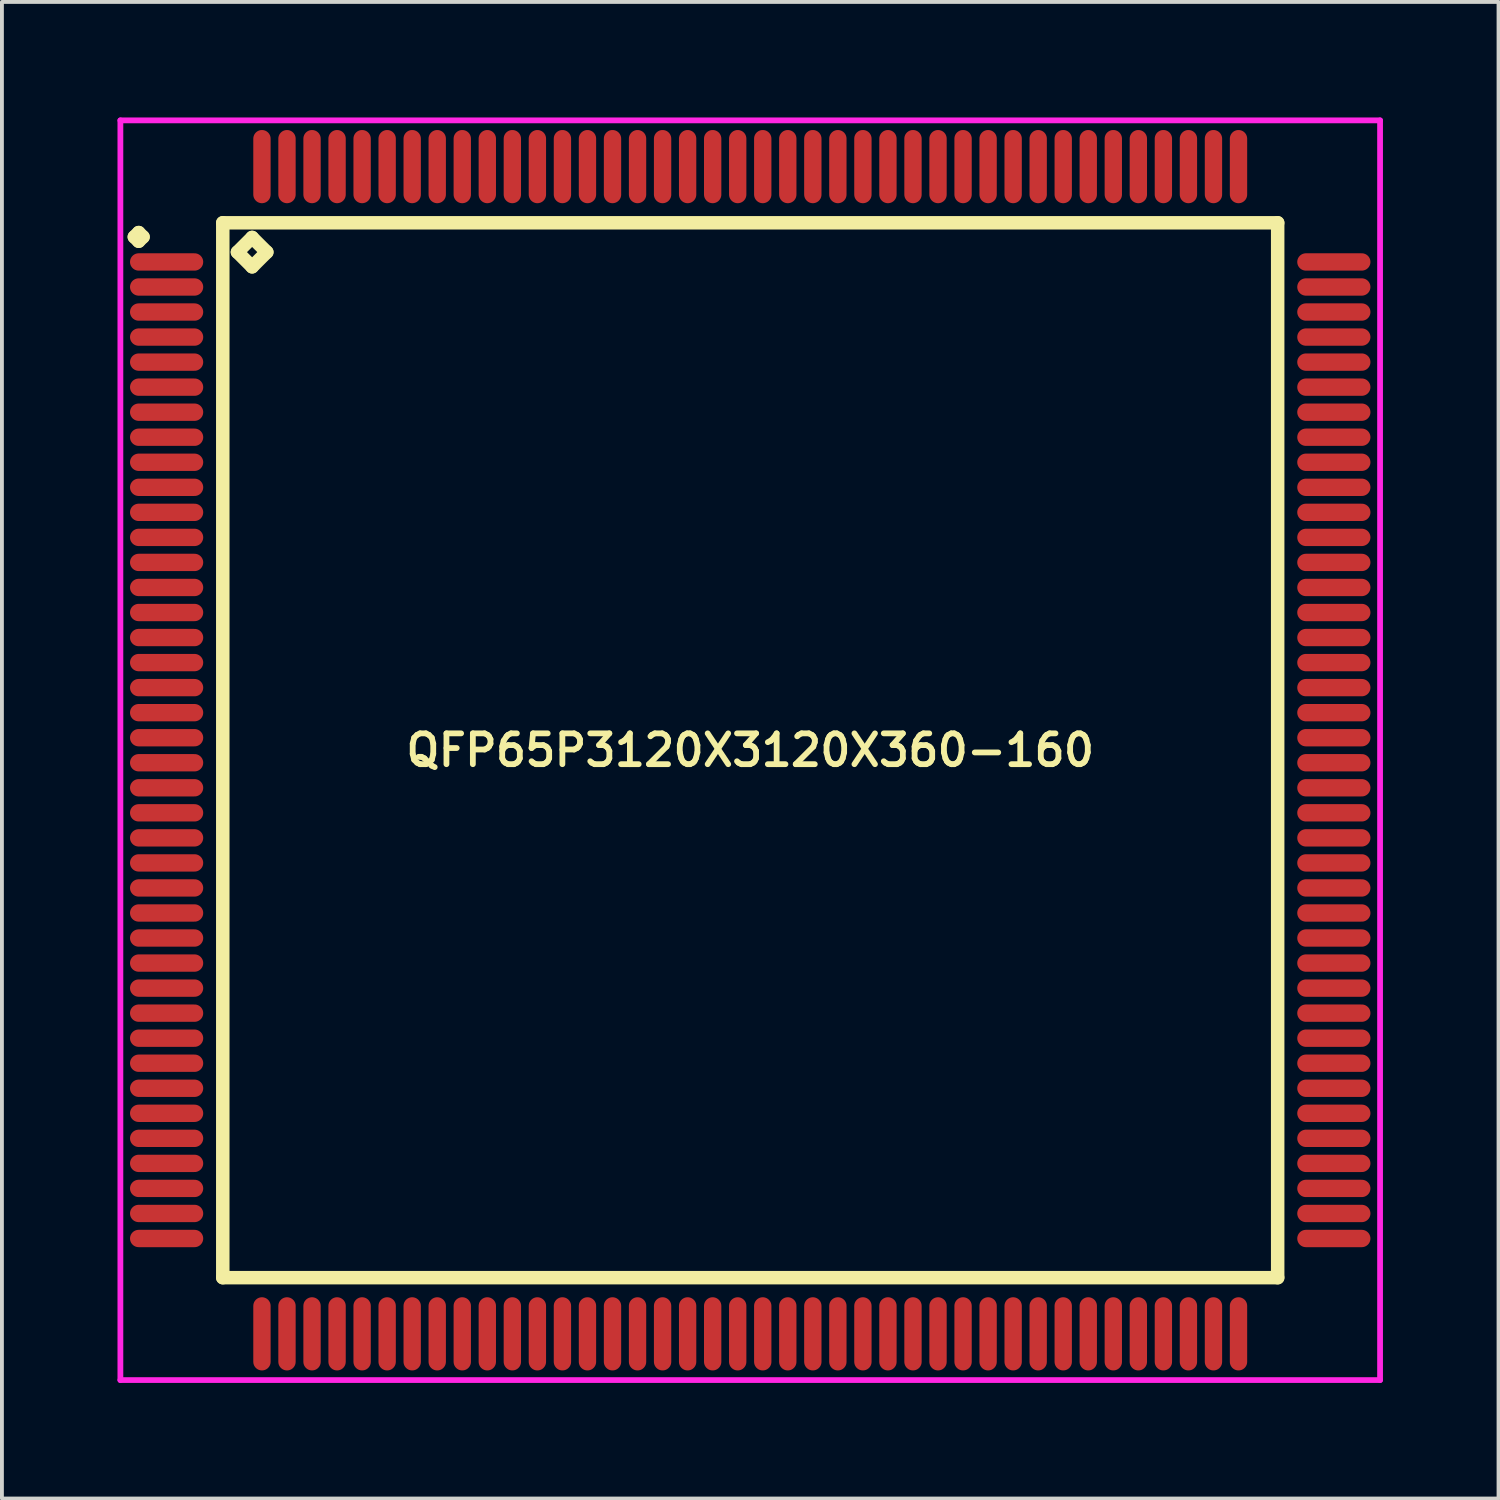
<source format=kicad_pcb>
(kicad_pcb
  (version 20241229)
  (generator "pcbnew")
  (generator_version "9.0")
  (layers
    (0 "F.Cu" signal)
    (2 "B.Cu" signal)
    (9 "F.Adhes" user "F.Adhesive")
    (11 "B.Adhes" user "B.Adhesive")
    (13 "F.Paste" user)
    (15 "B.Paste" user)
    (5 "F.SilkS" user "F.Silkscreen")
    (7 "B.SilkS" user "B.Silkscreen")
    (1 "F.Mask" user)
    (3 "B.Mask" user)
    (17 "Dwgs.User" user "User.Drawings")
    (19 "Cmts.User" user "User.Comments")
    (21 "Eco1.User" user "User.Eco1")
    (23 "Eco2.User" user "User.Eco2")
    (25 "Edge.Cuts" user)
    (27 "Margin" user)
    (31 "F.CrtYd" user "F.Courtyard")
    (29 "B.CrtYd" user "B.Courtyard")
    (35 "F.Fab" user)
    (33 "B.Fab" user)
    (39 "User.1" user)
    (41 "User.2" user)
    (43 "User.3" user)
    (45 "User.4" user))
  (footprint "QFP65P3120X3120X360-160"
    (layer "F.Cu")
    (at 16.425 16.425)
    (property "Reference" "QFP65P3120X3120X360-160" (at 0 0 0) (layer "F.SilkS") (effects (font (size 0.8 0.8) (thickness 0.15))))
    (attr smd)
    (fp_line (start -15.988 -13.325) (end -15.875 -13.438) (stroke (width 0.35) (type solid)) (layer "F.SilkS"))
    (fp_line (start -15.875 -13.438) (end -15.762 -13.325) (stroke (width 0.35) (type solid)) (layer "F.SilkS"))
    (fp_line (start -15.875 -13.213) (end -15.988 -13.325) (stroke (width 0.35) (type solid)) (layer "F.SilkS"))
    (fp_line (start -15.762 -13.325) (end -15.875 -13.213) (stroke (width 0.35) (type solid)) (layer "F.SilkS"))
    (fp_line (start -13.692 -13.692) (end -13.692 13.692) (stroke (width 0.35) (type solid)) (layer "F.SilkS"))
    (fp_line (start -13.692 13.692) (end 13.692 13.692) (stroke (width 0.35) (type solid)) (layer "F.SilkS"))
    (fp_line (start -13.311 -12.93) (end -12.93 -13.311) (stroke (width 0.35) (type solid)) (layer "F.SilkS"))
    (fp_line (start -12.93 -13.311) (end -12.549 -12.93) (stroke (width 0.35) (type solid)) (layer "F.SilkS"))
    (fp_line (start -12.93 -12.549) (end -13.311 -12.93) (stroke (width 0.35) (type solid)) (layer "F.SilkS"))
    (fp_line (start -12.549 -12.93) (end -12.93 -12.549) (stroke (width 0.35) (type solid)) (layer "F.SilkS"))
    (fp_line (start 13.692 -13.692) (end -13.692 -13.692) (stroke (width 0.35) (type solid)) (layer "F.SilkS"))
    (fp_line (start 13.692 13.692) (end 13.692 -13.692) (stroke (width 0.35) (type solid)) (layer "F.SilkS"))
    (fp_line (start -16.35 -16.35) (end 16.35 -16.35) (stroke (width 0.15) (type solid)) (layer "F.CrtYd"))
    (fp_line (start -16.35 16.35) (end -16.35 -16.35) (stroke (width 0.15) (type solid)) (layer "F.CrtYd"))
    (fp_line (start 16.35 -16.35) (end 16.35 16.35) (stroke (width 0.15) (type solid)) (layer "F.CrtYd"))
    (fp_line (start 16.35 16.35) (end -16.35 16.35) (stroke (width 0.15) (type solid)) (layer "F.CrtYd"))
    (pad "1" smd oval (at -15.15 -12.675) (size 1.9 0.45) (layers "F.Cu" "F.Mask" "F.Paste"))
    (pad "2" smd oval (at -15.15 -12.025) (size 1.9 0.45) (layers "F.Cu" "F.Mask" "F.Paste"))
    (pad "3" smd oval (at -15.15 -11.375) (size 1.9 0.45) (layers "F.Cu" "F.Mask" "F.Paste"))
    (pad "4" smd oval (at -15.15 -10.725) (size 1.9 0.45) (layers "F.Cu" "F.Mask" "F.Paste"))
    (pad "5" smd oval (at -15.15 -10.075) (size 1.9 0.45) (layers "F.Cu" "F.Mask" "F.Paste"))
    (pad "6" smd oval (at -15.15 -9.425) (size 1.9 0.45) (layers "F.Cu" "F.Mask" "F.Paste"))
    (pad "7" smd oval (at -15.15 -8.775) (size 1.9 0.45) (layers "F.Cu" "F.Mask" "F.Paste"))
    (pad "8" smd oval (at -15.15 -8.125) (size 1.9 0.45) (layers "F.Cu" "F.Mask" "F.Paste"))
    (pad "9" smd oval (at -15.15 -7.475) (size 1.9 0.45) (layers "F.Cu" "F.Mask" "F.Paste"))
    (pad "10" smd oval (at -15.15 -6.825) (size 1.9 0.45) (layers "F.Cu" "F.Mask" "F.Paste"))
    (pad "11" smd oval (at -15.15 -6.175) (size 1.9 0.45) (layers "F.Cu" "F.Mask" "F.Paste"))
    (pad "12" smd oval (at -15.15 -5.525) (size 1.9 0.45) (layers "F.Cu" "F.Mask" "F.Paste"))
    (pad "13" smd oval (at -15.15 -4.875) (size 1.9 0.45) (layers "F.Cu" "F.Mask" "F.Paste"))
    (pad "14" smd oval (at -15.15 -4.225) (size 1.9 0.45) (layers "F.Cu" "F.Mask" "F.Paste"))
    (pad "15" smd oval (at -15.15 -3.575) (size 1.9 0.45) (layers "F.Cu" "F.Mask" "F.Paste"))
    (pad "16" smd oval (at -15.15 -2.925) (size 1.9 0.45) (layers "F.Cu" "F.Mask" "F.Paste"))
    (pad "17" smd oval (at -15.15 -2.275) (size 1.9 0.45) (layers "F.Cu" "F.Mask" "F.Paste"))
    (pad "18" smd oval (at -15.15 -1.625) (size 1.9 0.45) (layers "F.Cu" "F.Mask" "F.Paste"))
    (pad "19" smd oval (at -15.15 -0.975) (size 1.9 0.45) (layers "F.Cu" "F.Mask" "F.Paste"))
    (pad "20" smd oval (at -15.15 -0.325) (size 1.9 0.45) (layers "F.Cu" "F.Mask" "F.Paste"))
    (pad "21" smd oval (at -15.15 0.325) (size 1.9 0.45) (layers "F.Cu" "F.Mask" "F.Paste"))
    (pad "22" smd oval (at -15.15 0.975) (size 1.9 0.45) (layers "F.Cu" "F.Mask" "F.Paste"))
    (pad "23" smd oval (at -15.15 1.625) (size 1.9 0.45) (layers "F.Cu" "F.Mask" "F.Paste"))
    (pad "24" smd oval (at -15.15 2.275) (size 1.9 0.45) (layers "F.Cu" "F.Mask" "F.Paste"))
    (pad "25" smd oval (at -15.15 2.925) (size 1.9 0.45) (layers "F.Cu" "F.Mask" "F.Paste"))
    (pad "26" smd oval (at -15.15 3.575) (size 1.9 0.45) (layers "F.Cu" "F.Mask" "F.Paste"))
    (pad "27" smd oval (at -15.15 4.225) (size 1.9 0.45) (layers "F.Cu" "F.Mask" "F.Paste"))
    (pad "28" smd oval (at -15.15 4.875) (size 1.9 0.45) (layers "F.Cu" "F.Mask" "F.Paste"))
    (pad "29" smd oval (at -15.15 5.525) (size 1.9 0.45) (layers "F.Cu" "F.Mask" "F.Paste"))
    (pad "30" smd oval (at -15.15 6.175) (size 1.9 0.45) (layers "F.Cu" "F.Mask" "F.Paste"))
    (pad "31" smd oval (at -15.15 6.825) (size 1.9 0.45) (layers "F.Cu" "F.Mask" "F.Paste"))
    (pad "32" smd oval (at -15.15 7.475) (size 1.9 0.45) (layers "F.Cu" "F.Mask" "F.Paste"))
    (pad "33" smd oval (at -15.15 8.125) (size 1.9 0.45) (layers "F.Cu" "F.Mask" "F.Paste"))
    (pad "34" smd oval (at -15.15 8.775) (size 1.9 0.45) (layers "F.Cu" "F.Mask" "F.Paste"))
    (pad "35" smd oval (at -15.15 9.425) (size 1.9 0.45) (layers "F.Cu" "F.Mask" "F.Paste"))
    (pad "36" smd oval (at -15.15 10.075) (size 1.9 0.45) (layers "F.Cu" "F.Mask" "F.Paste"))
    (pad "37" smd oval (at -15.15 10.725) (size 1.9 0.45) (layers "F.Cu" "F.Mask" "F.Paste"))
    (pad "38" smd oval (at -15.15 11.375) (size 1.9 0.45) (layers "F.Cu" "F.Mask" "F.Paste"))
    (pad "39" smd oval (at -15.15 12.025) (size 1.9 0.45) (layers "F.Cu" "F.Mask" "F.Paste"))
    (pad "40" smd oval (at -15.15 12.675) (size 1.9 0.45) (layers "F.Cu" "F.Mask" "F.Paste"))
    (pad "41" smd oval (at -12.675 15.15) (size 0.45 1.9) (layers "F.Cu" "F.Mask" "F.Paste"))
    (pad "42" smd oval (at -12.025 15.15) (size 0.45 1.9) (layers "F.Cu" "F.Mask" "F.Paste"))
    (pad "43" smd oval (at -11.375 15.15) (size 0.45 1.9) (layers "F.Cu" "F.Mask" "F.Paste"))
    (pad "44" smd oval (at -10.725 15.15) (size 0.45 1.9) (layers "F.Cu" "F.Mask" "F.Paste"))
    (pad "45" smd oval (at -10.075 15.15) (size 0.45 1.9) (layers "F.Cu" "F.Mask" "F.Paste"))
    (pad "46" smd oval (at -9.425 15.15) (size 0.45 1.9) (layers "F.Cu" "F.Mask" "F.Paste"))
    (pad "47" smd oval (at -8.775 15.15) (size 0.45 1.9) (layers "F.Cu" "F.Mask" "F.Paste"))
    (pad "48" smd oval (at -8.125 15.15) (size 0.45 1.9) (layers "F.Cu" "F.Mask" "F.Paste"))
    (pad "49" smd oval (at -7.475 15.15) (size 0.45 1.9) (layers "F.Cu" "F.Mask" "F.Paste"))
    (pad "50" smd oval (at -6.825 15.15) (size 0.45 1.9) (layers "F.Cu" "F.Mask" "F.Paste"))
    (pad "51" smd oval (at -6.175 15.15) (size 0.45 1.9) (layers "F.Cu" "F.Mask" "F.Paste"))
    (pad "52" smd oval (at -5.525 15.15) (size 0.45 1.9) (layers "F.Cu" "F.Mask" "F.Paste"))
    (pad "53" smd oval (at -4.875 15.15) (size 0.45 1.9) (layers "F.Cu" "F.Mask" "F.Paste"))
    (pad "54" smd oval (at -4.225 15.15) (size 0.45 1.9) (layers "F.Cu" "F.Mask" "F.Paste"))
    (pad "55" smd oval (at -3.575 15.15) (size 0.45 1.9) (layers "F.Cu" "F.Mask" "F.Paste"))
    (pad "56" smd oval (at -2.925 15.15) (size 0.45 1.9) (layers "F.Cu" "F.Mask" "F.Paste"))
    (pad "57" smd oval (at -2.275 15.15) (size 0.45 1.9) (layers "F.Cu" "F.Mask" "F.Paste"))
    (pad "58" smd oval (at -1.625 15.15) (size 0.45 1.9) (layers "F.Cu" "F.Mask" "F.Paste"))
    (pad "59" smd oval (at -0.975 15.15) (size 0.45 1.9) (layers "F.Cu" "F.Mask" "F.Paste"))
    (pad "60" smd oval (at -0.325 15.15) (size 0.45 1.9) (layers "F.Cu" "F.Mask" "F.Paste"))
    (pad "61" smd oval (at 0.325 15.15) (size 0.45 1.9) (layers "F.Cu" "F.Mask" "F.Paste"))
    (pad "62" smd oval (at 0.975 15.15) (size 0.45 1.9) (layers "F.Cu" "F.Mask" "F.Paste"))
    (pad "63" smd oval (at 1.625 15.15) (size 0.45 1.9) (layers "F.Cu" "F.Mask" "F.Paste"))
    (pad "64" smd oval (at 2.275 15.15) (size 0.45 1.9) (layers "F.Cu" "F.Mask" "F.Paste"))
    (pad "65" smd oval (at 2.925 15.15) (size 0.45 1.9) (layers "F.Cu" "F.Mask" "F.Paste"))
    (pad "66" smd oval (at 3.575 15.15) (size 0.45 1.9) (layers "F.Cu" "F.Mask" "F.Paste"))
    (pad "67" smd oval (at 4.225 15.15) (size 0.45 1.9) (layers "F.Cu" "F.Mask" "F.Paste"))
    (pad "68" smd oval (at 4.875 15.15) (size 0.45 1.9) (layers "F.Cu" "F.Mask" "F.Paste"))
    (pad "69" smd oval (at 5.525 15.15) (size 0.45 1.9) (layers "F.Cu" "F.Mask" "F.Paste"))
    (pad "70" smd oval (at 6.175 15.15) (size 0.45 1.9) (layers "F.Cu" "F.Mask" "F.Paste"))
    (pad "71" smd oval (at 6.825 15.15) (size 0.45 1.9) (layers "F.Cu" "F.Mask" "F.Paste"))
    (pad "72" smd oval (at 7.475 15.15) (size 0.45 1.9) (layers "F.Cu" "F.Mask" "F.Paste"))
    (pad "73" smd oval (at 8.125 15.15) (size 0.45 1.9) (layers "F.Cu" "F.Mask" "F.Paste"))
    (pad "74" smd oval (at 8.775 15.15) (size 0.45 1.9) (layers "F.Cu" "F.Mask" "F.Paste"))
    (pad "75" smd oval (at 9.425 15.15) (size 0.45 1.9) (layers "F.Cu" "F.Mask" "F.Paste"))
    (pad "76" smd oval (at 10.075 15.15) (size 0.45 1.9) (layers "F.Cu" "F.Mask" "F.Paste"))
    (pad "77" smd oval (at 10.725 15.15) (size 0.45 1.9) (layers "F.Cu" "F.Mask" "F.Paste"))
    (pad "78" smd oval (at 11.375 15.15) (size 0.45 1.9) (layers "F.Cu" "F.Mask" "F.Paste"))
    (pad "79" smd oval (at 12.025 15.15) (size 0.45 1.9) (layers "F.Cu" "F.Mask" "F.Paste"))
    (pad "80" smd oval (at 12.675 15.15) (size 0.45 1.9) (layers "F.Cu" "F.Mask" "F.Paste"))
    (pad "81" smd oval (at 15.15 12.675) (size 1.9 0.45) (layers "F.Cu" "F.Mask" "F.Paste"))
    (pad "82" smd oval (at 15.15 12.025) (size 1.9 0.45) (layers "F.Cu" "F.Mask" "F.Paste"))
    (pad "83" smd oval (at 15.15 11.375) (size 1.9 0.45) (layers "F.Cu" "F.Mask" "F.Paste"))
    (pad "84" smd oval (at 15.15 10.725) (size 1.9 0.45) (layers "F.Cu" "F.Mask" "F.Paste"))
    (pad "85" smd oval (at 15.15 10.075) (size 1.9 0.45) (layers "F.Cu" "F.Mask" "F.Paste"))
    (pad "86" smd oval (at 15.15 9.425) (size 1.9 0.45) (layers "F.Cu" "F.Mask" "F.Paste"))
    (pad "87" smd oval (at 15.15 8.775) (size 1.9 0.45) (layers "F.Cu" "F.Mask" "F.Paste"))
    (pad "88" smd oval (at 15.15 8.125) (size 1.9 0.45) (layers "F.Cu" "F.Mask" "F.Paste"))
    (pad "89" smd oval (at 15.15 7.475) (size 1.9 0.45) (layers "F.Cu" "F.Mask" "F.Paste"))
    (pad "90" smd oval (at 15.15 6.825) (size 1.9 0.45) (layers "F.Cu" "F.Mask" "F.Paste"))
    (pad "91" smd oval (at 15.15 6.175) (size 1.9 0.45) (layers "F.Cu" "F.Mask" "F.Paste"))
    (pad "92" smd oval (at 15.15 5.525) (size 1.9 0.45) (layers "F.Cu" "F.Mask" "F.Paste"))
    (pad "93" smd oval (at 15.15 4.875) (size 1.9 0.45) (layers "F.Cu" "F.Mask" "F.Paste"))
    (pad "94" smd oval (at 15.15 4.225) (size 1.9 0.45) (layers "F.Cu" "F.Mask" "F.Paste"))
    (pad "95" smd oval (at 15.15 3.575) (size 1.9 0.45) (layers "F.Cu" "F.Mask" "F.Paste"))
    (pad "96" smd oval (at 15.15 2.925) (size 1.9 0.45) (layers "F.Cu" "F.Mask" "F.Paste"))
    (pad "97" smd oval (at 15.15 2.275) (size 1.9 0.45) (layers "F.Cu" "F.Mask" "F.Paste"))
    (pad "98" smd oval (at 15.15 1.625) (size 1.9 0.45) (layers "F.Cu" "F.Mask" "F.Paste"))
    (pad "99" smd oval (at 15.15 0.975) (size 1.9 0.45) (layers "F.Cu" "F.Mask" "F.Paste"))
    (pad "100" smd oval (at 15.15 0.325) (size 1.9 0.45) (layers "F.Cu" "F.Mask" "F.Paste"))
    (pad "101" smd oval (at 15.15 -0.325) (size 1.9 0.45) (layers "F.Cu" "F.Mask" "F.Paste"))
    (pad "102" smd oval (at 15.15 -0.975) (size 1.9 0.45) (layers "F.Cu" "F.Mask" "F.Paste"))
    (pad "103" smd oval (at 15.15 -1.625) (size 1.9 0.45) (layers "F.Cu" "F.Mask" "F.Paste"))
    (pad "104" smd oval (at 15.15 -2.275) (size 1.9 0.45) (layers "F.Cu" "F.Mask" "F.Paste"))
    (pad "105" smd oval (at 15.15 -2.925) (size 1.9 0.45) (layers "F.Cu" "F.Mask" "F.Paste"))
    (pad "106" smd oval (at 15.15 -3.575) (size 1.9 0.45) (layers "F.Cu" "F.Mask" "F.Paste"))
    (pad "107" smd oval (at 15.15 -4.225) (size 1.9 0.45) (layers "F.Cu" "F.Mask" "F.Paste"))
    (pad "108" smd oval (at 15.15 -4.875) (size 1.9 0.45) (layers "F.Cu" "F.Mask" "F.Paste"))
    (pad "109" smd oval (at 15.15 -5.525) (size 1.9 0.45) (layers "F.Cu" "F.Mask" "F.Paste"))
    (pad "110" smd oval (at 15.15 -6.175) (size 1.9 0.45) (layers "F.Cu" "F.Mask" "F.Paste"))
    (pad "111" smd oval (at 15.15 -6.825) (size 1.9 0.45) (layers "F.Cu" "F.Mask" "F.Paste"))
    (pad "112" smd oval (at 15.15 -7.475) (size 1.9 0.45) (layers "F.Cu" "F.Mask" "F.Paste"))
    (pad "113" smd oval (at 15.15 -8.125) (size 1.9 0.45) (layers "F.Cu" "F.Mask" "F.Paste"))
    (pad "114" smd oval (at 15.15 -8.775) (size 1.9 0.45) (layers "F.Cu" "F.Mask" "F.Paste"))
    (pad "115" smd oval (at 15.15 -9.425) (size 1.9 0.45) (layers "F.Cu" "F.Mask" "F.Paste"))
    (pad "116" smd oval (at 15.15 -10.075) (size 1.9 0.45) (layers "F.Cu" "F.Mask" "F.Paste"))
    (pad "117" smd oval (at 15.15 -10.725) (size 1.9 0.45) (layers "F.Cu" "F.Mask" "F.Paste"))
    (pad "118" smd oval (at 15.15 -11.375) (size 1.9 0.45) (layers "F.Cu" "F.Mask" "F.Paste"))
    (pad "119" smd oval (at 15.15 -12.025) (size 1.9 0.45) (layers "F.Cu" "F.Mask" "F.Paste"))
    (pad "120" smd oval (at 15.15 -12.675) (size 1.9 0.45) (layers "F.Cu" "F.Mask" "F.Paste"))
    (pad "121" smd oval (at 12.675 -15.15) (size 0.45 1.9) (layers "F.Cu" "F.Mask" "F.Paste"))
    (pad "122" smd oval (at 12.025 -15.15) (size 0.45 1.9) (layers "F.Cu" "F.Mask" "F.Paste"))
    (pad "123" smd oval (at 11.375 -15.15) (size 0.45 1.9) (layers "F.Cu" "F.Mask" "F.Paste"))
    (pad "124" smd oval (at 10.725 -15.15) (size 0.45 1.9) (layers "F.Cu" "F.Mask" "F.Paste"))
    (pad "125" smd oval (at 10.075 -15.15) (size 0.45 1.9) (layers "F.Cu" "F.Mask" "F.Paste"))
    (pad "126" smd oval (at 9.425 -15.15) (size 0.45 1.9) (layers "F.Cu" "F.Mask" "F.Paste"))
    (pad "127" smd oval (at 8.775 -15.15) (size 0.45 1.9) (layers "F.Cu" "F.Mask" "F.Paste"))
    (pad "128" smd oval (at 8.125 -15.15) (size 0.45 1.9) (layers "F.Cu" "F.Mask" "F.Paste"))
    (pad "129" smd oval (at 7.475 -15.15) (size 0.45 1.9) (layers "F.Cu" "F.Mask" "F.Paste"))
    (pad "130" smd oval (at 6.825 -15.15) (size 0.45 1.9) (layers "F.Cu" "F.Mask" "F.Paste"))
    (pad "131" smd oval (at 6.175 -15.15) (size 0.45 1.9) (layers "F.Cu" "F.Mask" "F.Paste"))
    (pad "132" smd oval (at 5.525 -15.15) (size 0.45 1.9) (layers "F.Cu" "F.Mask" "F.Paste"))
    (pad "133" smd oval (at 4.875 -15.15) (size 0.45 1.9) (layers "F.Cu" "F.Mask" "F.Paste"))
    (pad "134" smd oval (at 4.225 -15.15) (size 0.45 1.9) (layers "F.Cu" "F.Mask" "F.Paste"))
    (pad "135" smd oval (at 3.575 -15.15) (size 0.45 1.9) (layers "F.Cu" "F.Mask" "F.Paste"))
    (pad "136" smd oval (at 2.925 -15.15) (size 0.45 1.9) (layers "F.Cu" "F.Mask" "F.Paste"))
    (pad "137" smd oval (at 2.275 -15.15) (size 0.45 1.9) (layers "F.Cu" "F.Mask" "F.Paste"))
    (pad "138" smd oval (at 1.625 -15.15) (size 0.45 1.9) (layers "F.Cu" "F.Mask" "F.Paste"))
    (pad "139" smd oval (at 0.975 -15.15) (size 0.45 1.9) (layers "F.Cu" "F.Mask" "F.Paste"))
    (pad "140" smd oval (at 0.325 -15.15) (size 0.45 1.9) (layers "F.Cu" "F.Mask" "F.Paste"))
    (pad "141" smd oval (at -0.325 -15.15) (size 0.45 1.9) (layers "F.Cu" "F.Mask" "F.Paste"))
    (pad "142" smd oval (at -0.975 -15.15) (size 0.45 1.9) (layers "F.Cu" "F.Mask" "F.Paste"))
    (pad "143" smd oval (at -1.625 -15.15) (size 0.45 1.9) (layers "F.Cu" "F.Mask" "F.Paste"))
    (pad "144" smd oval (at -2.275 -15.15) (size 0.45 1.9) (layers "F.Cu" "F.Mask" "F.Paste"))
    (pad "145" smd oval (at -2.925 -15.15) (size 0.45 1.9) (layers "F.Cu" "F.Mask" "F.Paste"))
    (pad "146" smd oval (at -3.575 -15.15) (size 0.45 1.9) (layers "F.Cu" "F.Mask" "F.Paste"))
    (pad "147" smd oval (at -4.225 -15.15) (size 0.45 1.9) (layers "F.Cu" "F.Mask" "F.Paste"))
    (pad "148" smd oval (at -4.875 -15.15) (size 0.45 1.9) (layers "F.Cu" "F.Mask" "F.Paste"))
    (pad "149" smd oval (at -5.525 -15.15) (size 0.45 1.9) (layers "F.Cu" "F.Mask" "F.Paste"))
    (pad "150" smd oval (at -6.175 -15.15) (size 0.45 1.9) (layers "F.Cu" "F.Mask" "F.Paste"))
    (pad "151" smd oval (at -6.825 -15.15) (size 0.45 1.9) (layers "F.Cu" "F.Mask" "F.Paste"))
    (pad "152" smd oval (at -7.475 -15.15) (size 0.45 1.9) (layers "F.Cu" "F.Mask" "F.Paste"))
    (pad "153" smd oval (at -8.125 -15.15) (size 0.45 1.9) (layers "F.Cu" "F.Mask" "F.Paste"))
    (pad "154" smd oval (at -8.775 -15.15) (size 0.45 1.9) (layers "F.Cu" "F.Mask" "F.Paste"))
    (pad "155" smd oval (at -9.425 -15.15) (size 0.45 1.9) (layers "F.Cu" "F.Mask" "F.Paste"))
    (pad "156" smd oval (at -10.075 -15.15) (size 0.45 1.9) (layers "F.Cu" "F.Mask" "F.Paste"))
    (pad "157" smd oval (at -10.725 -15.15) (size 0.45 1.9) (layers "F.Cu" "F.Mask" "F.Paste"))
    (pad "158" smd oval (at -11.375 -15.15) (size 0.45 1.9) (layers "F.Cu" "F.Mask" "F.Paste"))
    (pad "159" smd oval (at -12.025 -15.15) (size 0.45 1.9) (layers "F.Cu" "F.Mask" "F.Paste"))
    (pad "160" smd oval (at -12.675 -15.15) (size 0.45 1.9) (layers "F.Cu" "F.Mask" "F.Paste")))
  (gr_rect
    (start -3 -3)
    (end 35.85 35.85)
    (stroke (width 0.1) (type default))
    (fill no)
    (layer "Edge.Cuts")))
</source>
